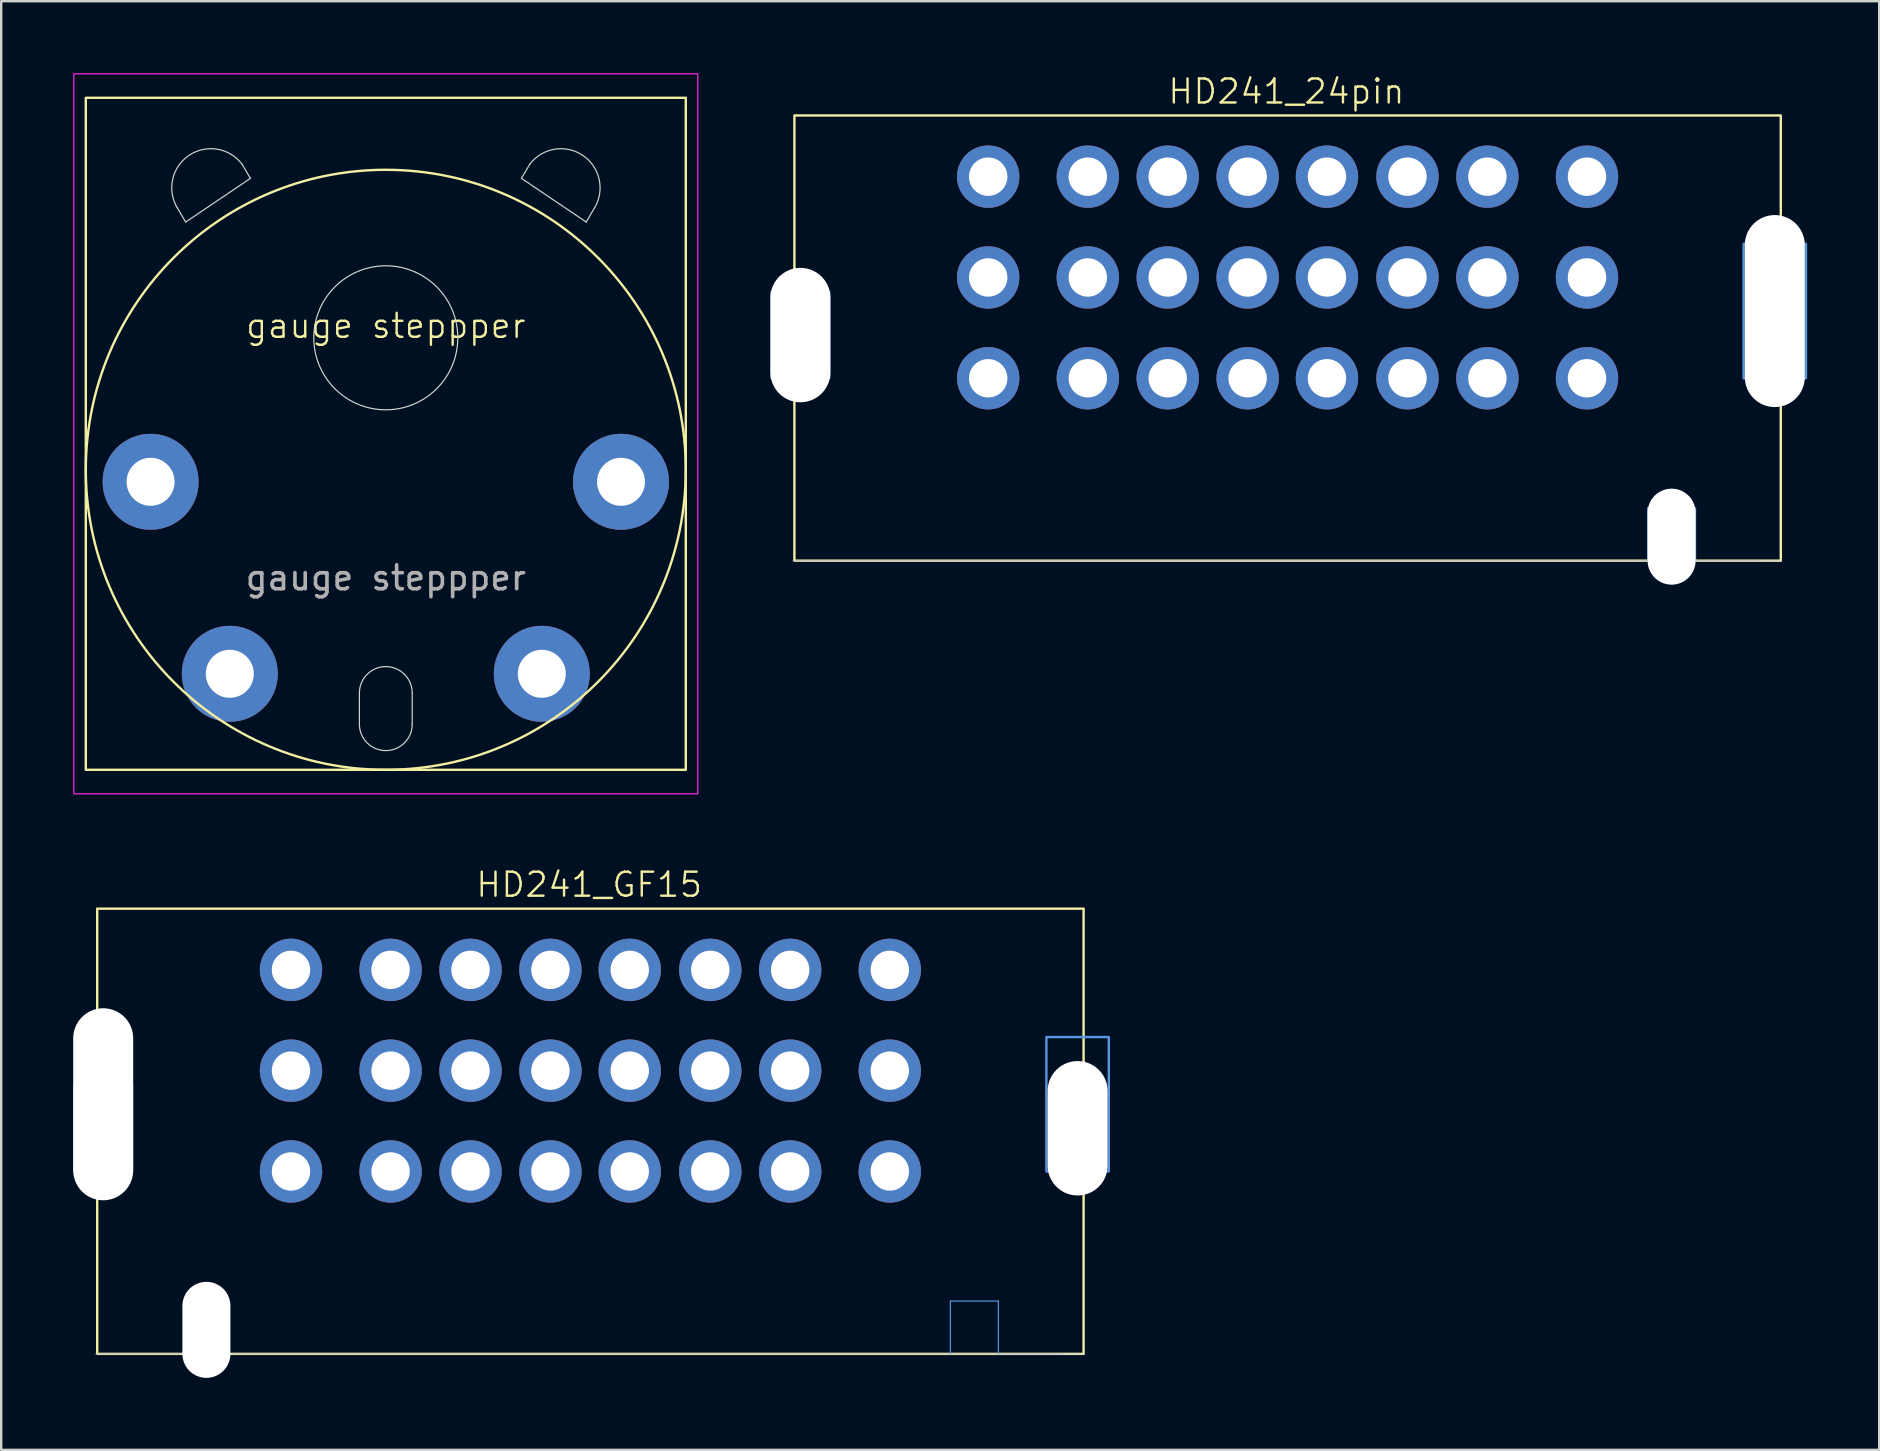
<source format=kicad_pcb>
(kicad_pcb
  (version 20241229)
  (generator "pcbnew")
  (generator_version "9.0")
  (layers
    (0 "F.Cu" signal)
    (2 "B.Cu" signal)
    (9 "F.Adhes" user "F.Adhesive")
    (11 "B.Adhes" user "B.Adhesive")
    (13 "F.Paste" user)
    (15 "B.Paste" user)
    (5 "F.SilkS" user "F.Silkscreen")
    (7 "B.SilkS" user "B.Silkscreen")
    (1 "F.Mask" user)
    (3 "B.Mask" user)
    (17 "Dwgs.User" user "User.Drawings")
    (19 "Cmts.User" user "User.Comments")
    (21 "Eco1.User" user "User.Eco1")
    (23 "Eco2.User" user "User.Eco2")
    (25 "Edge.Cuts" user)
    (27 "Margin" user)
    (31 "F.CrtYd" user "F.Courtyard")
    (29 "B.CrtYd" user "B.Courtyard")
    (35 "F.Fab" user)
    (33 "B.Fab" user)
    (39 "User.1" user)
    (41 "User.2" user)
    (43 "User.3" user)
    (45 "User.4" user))
  (footprint "HD241_24pin"
    (layer "F.Cu")
    (at 50.6 4.311)
    (property "Reference" "HD241_24pin" (at -0.05 -3.55 0) (unlocked yes) (layer "F.SilkS") (effects (font (size 1 1) (thickness 0.1))))
    (attr through_hole)
    (fp_rect (start -20.55 -2.55) (end 20.55 16) (stroke (width 0.1) (type default)) (fill no) (layer "F.SilkS"))
    (fp_line (start 19.7 16) (end -20.6 16) (stroke (width 0.05) (type default)) (layer "Dwgs.User"))
    (fp_line (start 15 13.8) (end 15 16) (stroke (width 0.05) (type default)) (layer "Cmts.User"))
    (fp_line (start 15 13.8) (end 17 13.8) (stroke (width 0.05) (type default)) (layer "Cmts.User"))
    (fp_line (start 17 13.8) (end 17 16) (stroke (width 0.05) (type default)) (layer "Cmts.User"))
    (fp_rect (start -21.5 8.4) (end -19.1 4.8) (stroke (width 0.1) (type default)) (fill no) (layer "Cmts.User"))
    (fp_rect (start 19 8.4) (end 21.6 2.8) (stroke (width 0.1) (type default)) (fill no) (layer "Cmts.User"))
    (fp_line (start 17 16) (end 20.5 16) (stroke (width 0.05) (type default)) (layer "Edge.Cuts"))
    (pad "" np_thru_hole oval (at -20.3 6.6) (size 2.5 5.6) (drill oval 2.5 5.6) (layers "*.Cu" "*.Mask"))
    (pad "" np_thru_hole oval (at 16 15) (size 2 4) (drill oval 2 4) (layers "*.Cu" "*.Mask"))
    (pad "" np_thru_hole oval (at 20.3 5.6) (size 2.5 8) (drill oval 2.5 8) (layers "*.Cu" "*.Mask"))
    (pad "1" thru_hole circle (at -12.475 0) (size 2.6 2.6) (drill 1.6) (layers "*.Cu" "*.Mask"))
    (pad "2" thru_hole circle (at -8.325 0) (size 2.6 2.6) (drill 1.6) (layers "*.Cu" "*.Mask"))
    (pad "3" thru_hole circle (at -4.995 0) (size 2.6 2.6) (drill 1.6) (layers "*.Cu" "*.Mask"))
    (pad "4" thru_hole circle (at -1.665 0) (size 2.6 2.6) (drill 1.6) (layers "*.Cu" "*.Mask"))
    (pad "5" thru_hole circle (at 1.64 0) (size 2.6 2.6) (drill 1.6) (layers "*.Cu" "*.Mask"))
    (pad "6" thru_hole circle (at 4.995 0) (size 2.6 2.6) (drill 1.6) (layers "*.Cu" "*.Mask"))
    (pad "7" thru_hole circle (at 8.325 0) (size 2.6 2.6) (drill 1.6) (layers "*.Cu" "*.Mask"))
    (pad "8" thru_hole circle (at 12.475 0) (size 2.6 2.6) (drill 1.6) (layers "*.Cu" "*.Mask"))
    (pad "9" thru_hole circle (at -12.475 4.2) (size 2.6 2.6) (drill 1.6) (layers "*.Cu" "*.Mask"))
    (pad "10" thru_hole circle (at -8.325 4.2) (size 2.6 2.6) (drill 1.6) (layers "*.Cu" "*.Mask"))
    (pad "11" thru_hole circle (at -4.995 4.2) (size 2.6 2.6) (drill 1.6) (layers "*.Cu" "*.Mask"))
    (pad "12" thru_hole circle (at -1.665 4.2) (size 2.6 2.6) (drill 1.6) (layers "*.Cu" "*.Mask"))
    (pad "13" thru_hole circle (at 1.64 4.2) (size 2.6 2.6) (drill 1.6) (layers "*.Cu" "*.Mask"))
    (pad "14" thru_hole circle (at 4.995 4.2) (size 2.6 2.6) (drill 1.6) (layers "*.Cu" "*.Mask"))
    (pad "15" thru_hole circle (at 8.325 4.2) (size 2.6 2.6) (drill 1.6) (layers "*.Cu" "*.Mask"))
    (pad "16" thru_hole circle (at 12.475 4.2) (size 2.6 2.6) (drill 1.6) (layers "*.Cu" "*.Mask"))
    (pad "17" thru_hole circle (at -12.475 8.4) (size 2.6 2.6) (drill 1.6) (layers "*.Cu" "*.Mask"))
    (pad "18" thru_hole circle (at -8.325 8.4) (size 2.6 2.6) (drill 1.6) (layers "*.Cu" "*.Mask"))
    (pad "19" thru_hole circle (at -4.995 8.4) (size 2.6 2.6) (drill 1.6) (layers "*.Cu" "*.Mask"))
    (pad "20" thru_hole circle (at -1.665 8.4) (size 2.6 2.6) (drill 1.6) (layers "*.Cu" "*.Mask"))
    (pad "21" thru_hole circle (at 1.64 8.4) (size 2.6 2.6) (drill 1.6) (layers "*.Cu" "*.Mask"))
    (pad "22" thru_hole circle (at 4.995 8.4) (size 2.6 2.6) (drill 1.6) (layers "*.Cu" "*.Mask"))
    (pad "23" thru_hole circle (at 8.325 8.4) (size 2.6 2.6) (drill 1.6) (layers "*.Cu" "*.Mask"))
    (pad "24" thru_hole circle (at 12.475 8.4) (size 2.6 2.6) (drill 1.6) (layers "*.Cu" "*.Mask")))
  (footprint "gauge steppper"
    (layer "F.Cu")
    (at 13.025 11.025)
    (property "Reference" "gauge steppper" (at 0 -0.5 0) (unlocked yes) (layer "F.SilkS") (effects (font (size 1 1) (thickness 0.1))))
    (attr through_hole)
    (fp_rect (start -12.5 -10) (end 12.5 18) (stroke (width 0.1) (type default)) (fill no) (layer "F.SilkS"))
    (fp_circle (center 0 5.5) (end 12.5 5.5) (stroke (width 0.1) (type default)) (fill no) (layer "F.SilkS"))
    (fp_line (start -8.688 -5.414) (end -8.339 -4.824) (stroke (width 0.05) (type default)) (layer "Edge.Cuts"))
    (fp_line (start -5.641 -6.644) (end -8.339 -4.824) (stroke (width 0.05) (type default)) (layer "Edge.Cuts"))
    (fp_line (start -5.641 -6.644) (end -5.99 -7.234) (stroke (width 0.05) (type default)) (layer "Edge.Cuts"))
    (fp_line (start -1.1 14.8) (end -1.1 16.1) (stroke (width 0.05) (type default)) (layer "Edge.Cuts"))
    (fp_line (start 1.1 14.8) (end 1.1 16.1) (stroke (width 0.05) (type default)) (layer "Edge.Cuts"))
    (fp_line (start 5.651 -6.644) (end 6 -7.234) (stroke (width 0.05) (type default)) (layer "Edge.Cuts"))
    (fp_line (start 5.651 -6.644) (end 8.349 -4.824) (stroke (width 0.05) (type default)) (layer "Edge.Cuts"))
    (fp_line (start 8.698 -5.414) (end 8.349 -4.824) (stroke (width 0.05) (type default)) (layer "Edge.Cuts"))
    (fp_arc (start -8.688287 -5.413764) (mid -8.2 -7.6) (end -5.990044 -7.233739) (stroke (width 0.05) (type default)) (layer "Edge.Cuts"))
    (fp_arc (start -1.1 14.8) (mid 0 13.7) (end 1.1 14.8) (stroke (width 0.05) (type default)) (layer "Edge.Cuts"))
    (fp_arc (start 1.1 16.1) (mid 0 17.2) (end -1.1 16.1) (stroke (width 0.05) (type default)) (layer "Edge.Cuts"))
    (fp_arc (start 6 -7.233735) (mid 8.209962 -7.6) (end 8.698243 -5.41376) (stroke (width 0.05) (type default)) (layer "Edge.Cuts"))
    (fp_circle (center 0 0) (end 3 0) (stroke (width 0.05) (type default)) (fill no) (layer "Edge.Cuts"))
    (fp_rect (start -13 19) (end 13 -11) (stroke (width 0.05) (type default)) (fill no) (layer "F.CrtYd"))
    (fp_text user "${REFERENCE}" (at 0 10 0) (unlocked yes) (layer "F.Fab") (effects (font (size 1 1) (thickness 0.15))))
    (pad "1" thru_hole circle (at -9.8 6) (size 4 4) (drill 2) (layers "*.Cu" "*.Mask"))
    (pad "2" thru_hole circle (at -6.5 14) (size 4 4) (drill 2) (layers "*.Cu" "*.Mask"))
    (pad "3" thru_hole circle (at 9.8 6) (size 4 4) (drill 2) (layers "*.Cu" "*.Mask"))
    (pad "4" thru_hole circle (at 6.5 14) (size 4 4) (drill 2) (layers "*.Cu" "*.Mask")))
  (footprint "HD241_GF15"
    (layer "F.Cu")
    (at 21.55 37.361)
    (property "Reference" "HD241_GF15" (at -0.05 -3.55 0) (unlocked yes) (layer "F.SilkS") (effects (font (size 1 1) (thickness 0.1))))
    (attr through_hole)
    (fp_rect (start -20.55 -2.55) (end 20.55 16) (stroke (width 0.1) (type default)) (fill no) (layer "F.SilkS"))
    (fp_line (start 19.7 16) (end -20.6 16) (stroke (width 0.05) (type default)) (layer "Dwgs.User"))
    (fp_line (start 15 13.8) (end 15 16) (stroke (width 0.05) (type default)) (layer "Cmts.User"))
    (fp_line (start 15 13.8) (end 17 13.8) (stroke (width 0.05) (type default)) (layer "Cmts.User"))
    (fp_line (start 17 13.8) (end 17 16) (stroke (width 0.05) (type default)) (layer "Cmts.User"))
    (fp_rect (start -21.5 8.4) (end -19.1 4.8) (stroke (width 0.1) (type default)) (fill no) (layer "Cmts.User"))
    (fp_rect (start 19 8.4) (end 21.6 2.8) (stroke (width 0.1) (type default)) (fill no) (layer "Cmts.User"))
    (fp_line (start 17 16) (end 20.5 16) (stroke (width 0.05) (type default)) (layer "Edge.Cuts"))
    (pad "" np_thru_hole oval (at -20.3 5.6) (size 2.5 8) (drill oval 2.5 8) (layers "*.Cu" "*.Mask"))
    (pad "" np_thru_hole oval (at -16 15) (size 2 4) (drill oval 2 4) (layers "*.Cu" "*.Mask"))
    (pad "" np_thru_hole oval (at 20.3 6.6) (size 2.5 5.6) (drill oval 2.5 5.6) (layers "*.Cu" "*.Mask"))
    (pad "1" thru_hole circle (at -12.475 0) (size 2.6 2.6) (drill 1.6) (layers "*.Cu" "*.Mask"))
    (pad "2" thru_hole circle (at -8.325 0) (size 2.6 2.6) (drill 1.6) (layers "*.Cu" "*.Mask"))
    (pad "3" thru_hole circle (at -4.995 0) (size 2.6 2.6) (drill 1.6) (layers "*.Cu" "*.Mask"))
    (pad "4" thru_hole circle (at -1.665 0) (size 2.6 2.6) (drill 1.6) (layers "*.Cu" "*.Mask"))
    (pad "5" thru_hole circle (at 1.64 0) (size 2.6 2.6) (drill 1.6) (layers "*.Cu" "*.Mask"))
    (pad "6" thru_hole circle (at 4.995 0) (size 2.6 2.6) (drill 1.6) (layers "*.Cu" "*.Mask"))
    (pad "7" thru_hole circle (at 8.325 0) (size 2.6 2.6) (drill 1.6) (layers "*.Cu" "*.Mask"))
    (pad "8" thru_hole circle (at 12.475 0) (size 2.6 2.6) (drill 1.6) (layers "*.Cu" "*.Mask"))
    (pad "9" thru_hole circle (at -12.475 4.2) (size 2.6 2.6) (drill 1.6) (layers "*.Cu" "*.Mask"))
    (pad "10" thru_hole circle (at -8.325 4.2) (size 2.6 2.6) (drill 1.6) (layers "*.Cu" "*.Mask"))
    (pad "11" thru_hole circle (at -4.995 4.2) (size 2.6 2.6) (drill 1.6) (layers "*.Cu" "*.Mask"))
    (pad "12" thru_hole circle (at -1.665 4.2) (size 2.6 2.6) (drill 1.6) (layers "*.Cu" "*.Mask"))
    (pad "13" thru_hole circle (at 1.64 4.2) (size 2.6 2.6) (drill 1.6) (layers "*.Cu" "*.Mask"))
    (pad "14" thru_hole circle (at 4.995 4.2) (size 2.6 2.6) (drill 1.6) (layers "*.Cu" "*.Mask"))
    (pad "15" thru_hole circle (at 8.325 4.2) (size 2.6 2.6) (drill 1.6) (layers "*.Cu" "*.Mask"))
    (pad "16" thru_hole circle (at 12.475 4.2) (size 2.6 2.6) (drill 1.6) (layers "*.Cu" "*.Mask"))
    (pad "17" thru_hole circle (at -12.475 8.4) (size 2.6 2.6) (drill 1.6) (layers "*.Cu" "*.Mask"))
    (pad "18" thru_hole circle (at -8.325 8.4) (size 2.6 2.6) (drill 1.6) (layers "*.Cu" "*.Mask"))
    (pad "19" thru_hole circle (at -4.995 8.4) (size 2.6 2.6) (drill 1.6) (layers "*.Cu" "*.Mask"))
    (pad "20" thru_hole circle (at -1.665 8.4) (size 2.6 2.6) (drill 1.6) (layers "*.Cu" "*.Mask"))
    (pad "21" thru_hole circle (at 1.64 8.4) (size 2.6 2.6) (drill 1.6) (layers "*.Cu" "*.Mask"))
    (pad "22" thru_hole circle (at 4.995 8.4) (size 2.6 2.6) (drill 1.6) (layers "*.Cu" "*.Mask"))
    (pad "23" thru_hole circle (at 8.325 8.4) (size 2.6 2.6) (drill 1.6) (layers "*.Cu" "*.Mask"))
    (pad "24" thru_hole circle (at 12.475 8.4) (size 2.6 2.6) (drill 1.6) (layers "*.Cu" "*.Mask")))
  (gr_rect
    (start -3 -3)
    (end 75.25 57.361)
    (stroke (width 0.1) (type default))
    (fill no)
    (layer "Edge.Cuts")))
</source>
